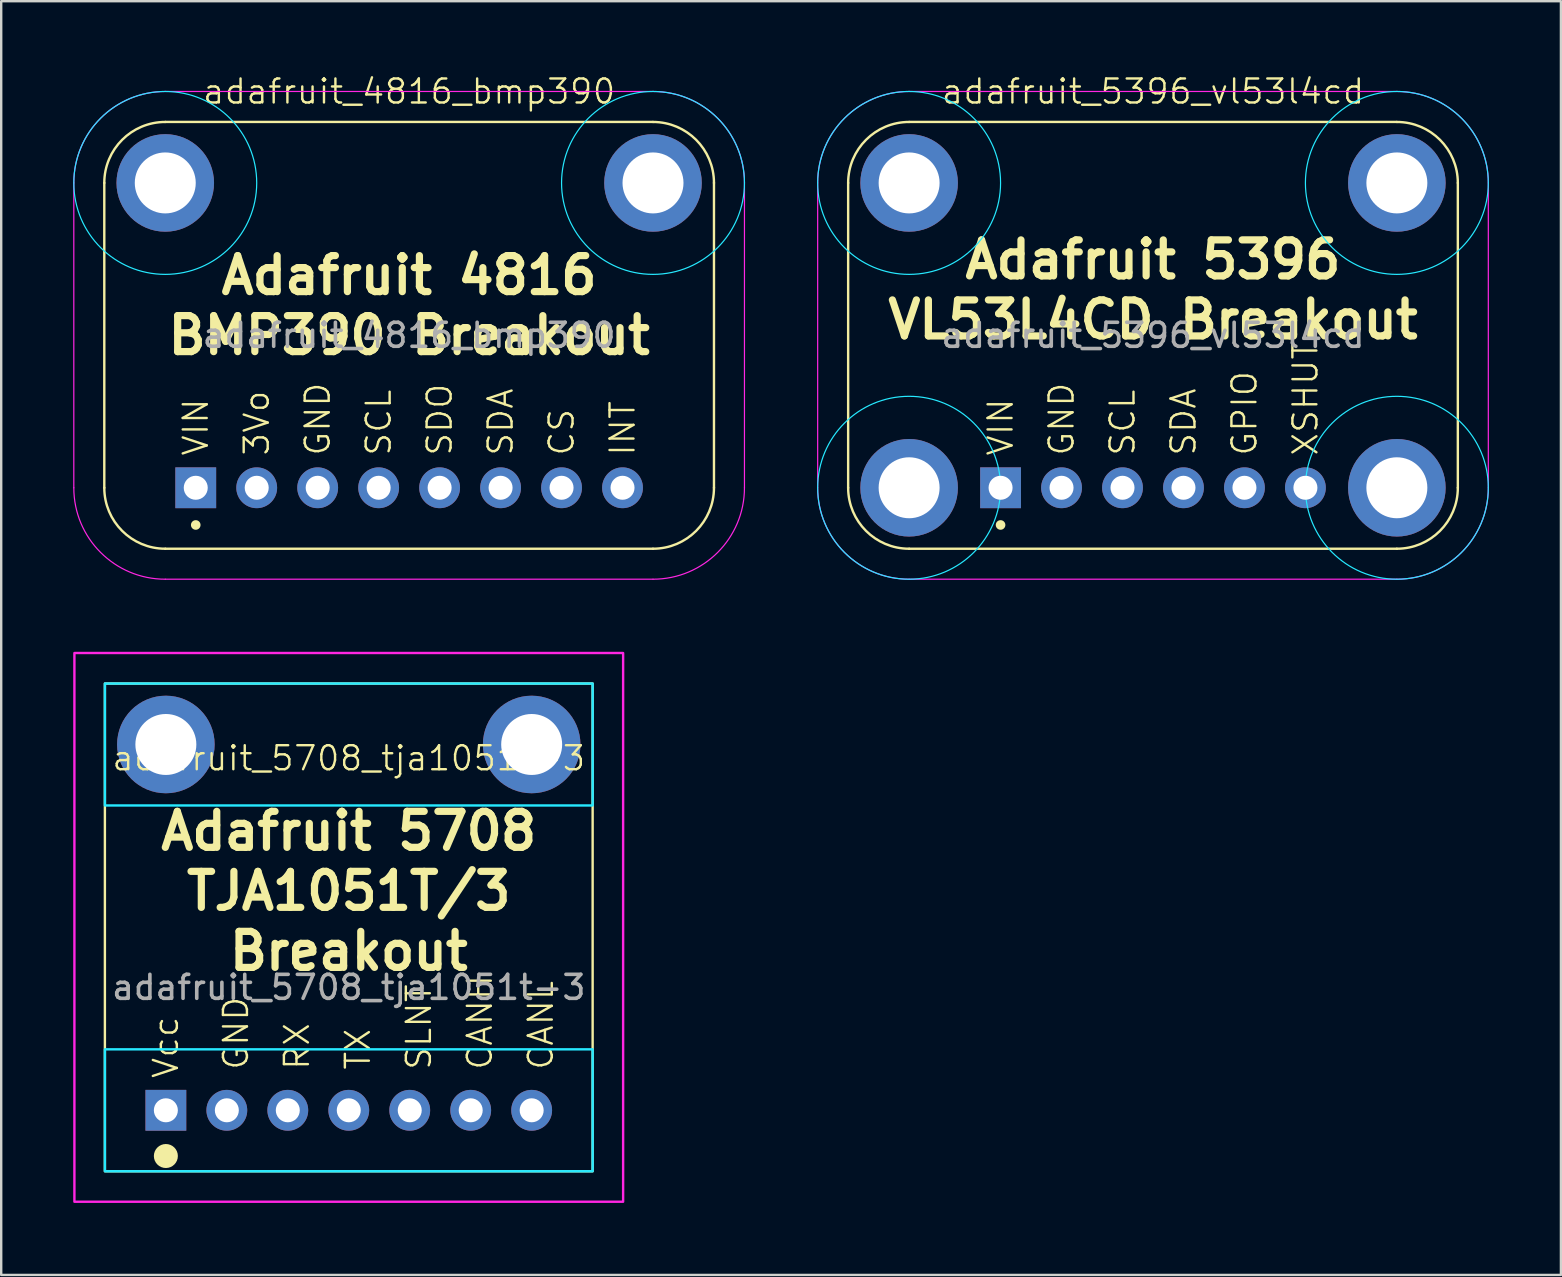
<source format=kicad_pcb>
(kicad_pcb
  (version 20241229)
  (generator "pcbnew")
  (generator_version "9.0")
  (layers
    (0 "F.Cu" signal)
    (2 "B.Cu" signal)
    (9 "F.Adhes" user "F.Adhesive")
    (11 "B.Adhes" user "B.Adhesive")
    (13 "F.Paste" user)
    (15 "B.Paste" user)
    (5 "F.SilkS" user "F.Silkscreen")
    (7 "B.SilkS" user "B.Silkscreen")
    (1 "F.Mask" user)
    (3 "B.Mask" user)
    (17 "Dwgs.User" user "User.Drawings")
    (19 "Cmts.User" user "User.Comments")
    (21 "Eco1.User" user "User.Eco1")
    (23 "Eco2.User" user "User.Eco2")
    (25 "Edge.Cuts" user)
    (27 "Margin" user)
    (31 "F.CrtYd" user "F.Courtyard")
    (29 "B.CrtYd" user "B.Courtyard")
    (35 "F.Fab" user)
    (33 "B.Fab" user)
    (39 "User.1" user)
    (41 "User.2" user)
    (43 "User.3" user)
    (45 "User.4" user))
  (footprint "adafruit_5708_tja1051t-3"
    (layer "F.Cu")
    (at 11.48 35.586)
    (property "Reference" "adafruit_5708_tja1051t-3" (at 0 -7.047 0) (unlocked yes) (layer "F.SilkS") (effects (font (size 1 1) (thickness 0.1))))
    (attr through_hole)
    (fp_rect (start -10.16 -10.16) (end 10.16 10.16) (stroke (width 0.1) (type default)) (fill no) (layer "F.SilkS"))
    (fp_circle (center -7.62 9.525) (end -7.12 9.525) (stroke (width 0) (type solid)) (fill yes) (layer "F.SilkS"))
    (fp_rect (start -10.16 -10.16) (end 10.16 -5.08) (stroke (width 0.1) (type default)) (fill no) (layer "B.CrtYd"))
    (fp_rect (start -10.16 10.16) (end 10.16 5.08) (stroke (width 0.1) (type default)) (fill no) (layer "B.CrtYd"))
    (fp_rect (start -11.43 -11.43) (end 11.43 11.43) (stroke (width 0.1) (type default)) (fill no) (layer "F.CrtYd"))
    (fp_text user "GND" (at -4.7 6 90) (unlocked yes) (layer "F.SilkS") (effects (font (size 1 1) (thickness 0.1)) (justify left)))
    (fp_text user "Adafruit 5708" (at 0 -3.135 0) (unlocked yes) (layer "F.SilkS") (effects (font (size 1.5 1.5) (thickness 0.3) (bold yes)) (justify bottom)))
    (fp_text user "CANH" (at 5.46 6 90) (unlocked yes) (layer "F.SilkS") (effects (font (size 1 1) (thickness 0.1)) (justify left)))
    (fp_text user "TX" (at 0.38 6 90) (unlocked yes) (layer "F.SilkS") (effects (font (size 1 1) (thickness 0.1)) (justify left)))
    (fp_text user "SLNT" (at 2.92 6 90) (unlocked yes) (layer "F.SilkS") (effects (font (size 1 1) (thickness 0.1)) (justify left)))
    (fp_text user "CANL" (at 8 6 90) (unlocked yes) (layer "F.SilkS") (effects (font (size 1 1) (thickness 0.1)) (justify left)))
    (fp_text user "Vcc" (at -7.62 6.35 90) (unlocked yes) (layer "F.SilkS") (effects (font (size 1 1) (thickness 0.1)) (justify left)))
    (fp_text user "TJA1051T/3" (at 0 -0.635 0) (unlocked yes) (layer "F.SilkS") (effects (font (size 1.5 1.5) (thickness 0.3) (bold yes)) (justify bottom)))
    (fp_text user "Breakout" (at 0 1.865 0) (unlocked yes) (layer "F.SilkS") (effects (font (size 1.5 1.5) (thickness 0.3) (bold yes)) (justify bottom)))
    (fp_text user "RX" (at -2.16 6 90) (unlocked yes) (layer "F.SilkS") (effects (font (size 1 1) (thickness 0.1)) (justify left)))
    (fp_text user "${REFERENCE}" (at 0 2.5 0) (unlocked yes) (layer "F.Fab") (effects (font (size 1 1) (thickness 0.15))))
    (pad "#2" thru_hole oval (at -7.62 -7.62 90) (size 4.064 4.064) (drill 2.54) (layers "*.Cu" "*.Mask"))
    (pad "#2" thru_hole oval (at 7.62 -7.62 90) (size 4.064 4.064) (drill 2.54) (layers "*.Cu" "*.Mask"))
    (pad "1" thru_hole rect (at -7.62 7.62 90) (size 1.7 1.7) (drill 1) (layers "*.Cu" "*.Mask"))
    (pad "2" thru_hole oval (at -5.08 7.62 90) (size 1.7 1.7) (drill 1) (layers "*.Cu" "*.Mask"))
    (pad "3" thru_hole oval (at -2.54 7.62 90) (size 1.7 1.7) (drill 1) (layers "*.Cu" "*.Mask"))
    (pad "4" thru_hole oval (at 0 7.62 90) (size 1.7 1.7) (drill 1) (layers "*.Cu" "*.Mask"))
    (pad "5" thru_hole oval (at 2.54 7.62 90) (size 1.7 1.7) (drill 1) (layers "*.Cu" "*.Mask"))
    (pad "6" thru_hole oval (at 5.08 7.62 90) (size 1.7 1.7) (drill 1) (layers "*.Cu" "*.Mask"))
    (pad "7" thru_hole oval (at 7.62 7.62 90) (size 1.7 1.7) (drill 1) (layers "*.Cu" "*.Mask")))
  (footprint "adafruit_5396_vl53l4cd"
    (layer "F.Cu")
    (at 44.985 10.921)
    (property "Reference" "adafruit_5396_vl53l4cd" (at 0 -10.16 0) (unlocked yes) (layer "F.SilkS") (effects (font (size 1 1) (thickness 0.1))))
    (attr through_hole)
    (fp_line (start -12.7 -6.35) (end -12.7 6.35) (stroke (width 0.1) (type default)) (layer "F.SilkS"))
    (fp_line (start 10.16 -8.89) (end -10.16 -8.89) (stroke (width 0.1) (type default)) (layer "F.SilkS"))
    (fp_line (start 10.16 8.89) (end -10.16 8.89) (stroke (width 0.1) (type default)) (layer "F.SilkS"))
    (fp_line (start 12.7 -6.35) (end 12.7 6.35) (stroke (width 0.1) (type default)) (layer "F.SilkS"))
    (fp_arc (start -12.7 -6.35) (mid -11.956051 -8.146051) (end -10.16 -8.89) (stroke (width 0.1) (type default)) (layer "F.SilkS"))
    (fp_arc (start -10.16 8.89) (mid -11.956051 8.146051) (end -12.7 6.35) (stroke (width 0.1) (type default)) (layer "F.SilkS"))
    (fp_arc (start 10.16 -8.89) (mid 11.956051 -8.146051) (end 12.7 -6.35) (stroke (width 0.1) (type default)) (layer "F.SilkS"))
    (fp_arc (start 12.7 6.35) (mid 11.956051 8.146051) (end 10.16 8.89) (stroke (width 0.1) (type default)) (layer "F.SilkS"))
    (fp_circle (center -6.35 7.9) (end -6.15 7.9) (stroke (width 0) (type solid)) (fill yes) (layer "F.SilkS"))
    (fp_circle (center -10.16 6.35) (end -12.854 9.044) (stroke (width 0.05) (type default)) (fill no) (layer "B.CrtYd"))
    (fp_circle (center -10.16 -6.35) (end -12.854 -9.044) (stroke (width 0.05) (type default)) (fill no) (layer "B.CrtYd"))
    (fp_circle (center 10.16 -6.35) (end 12.854 -9.044) (stroke (width 0.05) (type default)) (fill no) (layer "B.CrtYd"))
    (fp_circle (center 10.16 6.35) (end 12.854 9.044) (stroke (width 0.05) (type default)) (fill no) (layer "B.CrtYd"))
    (fp_line (start -13.97 -6.35) (end -13.97 6.35) (stroke (width 0.05) (type default)) (layer "F.CrtYd"))
    (fp_line (start -10.16 -10.16) (end 10.16 -10.16) (stroke (width 0.05) (type default)) (layer "F.CrtYd"))
    (fp_line (start 10.16 10.16) (end -10.16 10.16) (stroke (width 0.05) (type default)) (layer "F.CrtYd"))
    (fp_line (start 13.97 -6.35) (end 13.97 6.35) (stroke (width 0.05) (type default)) (layer "F.CrtYd"))
    (fp_arc (start -13.97 -6.35) (mid -12.854077 -9.044077) (end -10.16 -10.16) (stroke (width 0.05) (type default)) (layer "F.CrtYd"))
    (fp_arc (start -10.16 10.16) (mid -12.854077 9.044077) (end -13.97 6.35) (stroke (width 0.05) (type default)) (layer "F.CrtYd"))
    (fp_arc (start 10.16 -10.16) (mid 12.854077 -9.044077) (end 13.97 -6.35) (stroke (width 0.05) (type default)) (layer "F.CrtYd"))
    (fp_arc (start 13.97 6.35) (mid 12.854077 9.044077) (end 10.16 10.16) (stroke (width 0.05) (type default)) (layer "F.CrtYd"))
    (fp_text user "GPIO" (at 3.81 5.08 90) (unlocked yes) (layer "F.SilkS") (effects (font (size 1 1) (thickness 0.1)) (justify left)))
    (fp_text user "SCL" (at -1.27 5.08 90) (unlocked yes) (layer "F.SilkS") (effects (font (size 1 1) (thickness 0.1)) (justify left)))
    (fp_text user "GND" (at -3.81 5.08 90) (unlocked yes) (layer "F.SilkS") (effects (font (size 1 1) (thickness 0.1)) (justify left)))
    (fp_text user "SDA" (at 1.27 5.08 90) (unlocked yes) (layer "F.SilkS") (effects (font (size 1 1) (thickness 0.1)) (justify left)))
    (fp_text user "XSHUT" (at 6.35 5.08 90) (unlocked yes) (layer "F.SilkS") (effects (font (size 1 1) (thickness 0.1)) (justify left)))
    (fp_text user "VL53L4CD Breakout" (at 0 -0.655 0) (unlocked yes) (layer "F.SilkS") (effects (font (size 1.5 1.5) (thickness 0.3) (bold yes))))
    (fp_text user "VIN" (at -6.35 5.08 90) (unlocked yes) (layer "F.SilkS") (effects (font (size 1 1) (thickness 0.1)) (justify left)))
    (fp_text user "Adafruit 5396" (at 0 -3.155 0) (unlocked yes) (layer "F.SilkS") (effects (font (size 1.5 1.5) (thickness 0.3) (bold yes))))
    (fp_text user "${REFERENCE}" (at 0 0 0) (unlocked yes) (layer "F.Fab") (effects (font (size 1 1) (thickness 0.15))))
    (pad "#2" thru_hole oval (at -10.16 -6.35 90) (size 4.064 4.064) (drill 2.54) (layers "*.Cu" "*.Mask"))
    (pad "#2" thru_hole oval (at -10.16 6.35 90) (size 4.064 4.064) (drill 2.54) (layers "*.Cu" "*.Mask"))
    (pad "#2" thru_hole oval (at 10.16 -6.35 90) (size 4.064 4.064) (drill 2.54) (layers "*.Cu" "*.Mask"))
    (pad "#2" thru_hole oval (at 10.16 6.35 90) (size 4.064 4.064) (drill 2.54) (layers "*.Cu" "*.Mask"))
    (pad "1" thru_hole rect (at -6.35 6.35 90) (size 1.7 1.7) (drill 1) (layers "*.Cu" "*.Mask"))
    (pad "2" thru_hole oval (at -3.81 6.35 90) (size 1.7 1.7) (drill 1) (layers "*.Cu" "*.Mask"))
    (pad "3" thru_hole oval (at -1.27 6.35 90) (size 1.7 1.7) (drill 1) (layers "*.Cu" "*.Mask"))
    (pad "4" thru_hole oval (at 1.27 6.35 90) (size 1.7 1.7) (drill 1) (layers "*.Cu" "*.Mask"))
    (pad "5" thru_hole oval (at 3.81 6.35 90) (size 1.7 1.7) (drill 1) (layers "*.Cu" "*.Mask"))
    (pad "6" thru_hole oval (at 6.35 6.35 90) (size 1.7 1.7) (drill 1) (layers "*.Cu" "*.Mask")))
  (footprint "adafruit_4816_bmp390"
    (layer "F.Cu")
    (at 13.995 10.921)
    (property "Reference" "adafruit_4816_bmp390" (at 0 -10.16 0) (unlocked yes) (layer "F.SilkS") (effects (font (size 1 1) (thickness 0.1))))
    (attr through_hole)
    (fp_line (start -12.7 -6.35) (end -12.7 6.35) (stroke (width 0.1) (type default)) (layer "F.SilkS"))
    (fp_line (start -10.16 -8.89) (end 10.16 -8.89) (stroke (width 0.1) (type default)) (layer "F.SilkS"))
    (fp_line (start -10.16 8.89) (end 10.16 8.89) (stroke (width 0.1) (type default)) (layer "F.SilkS"))
    (fp_line (start 12.7 6.35) (end 12.7 -6.35) (stroke (width 0.1) (type default)) (layer "F.SilkS"))
    (fp_arc (start -12.7 -6.35) (mid -11.956051 -8.146051) (end -10.16 -8.89) (stroke (width 0.1) (type default)) (layer "F.SilkS"))
    (fp_arc (start -10.16 8.89) (mid -11.956051 8.146051) (end -12.7 6.35) (stroke (width 0.1) (type default)) (layer "F.SilkS"))
    (fp_arc (start 10.16 -8.89) (mid 11.956051 -8.146051) (end 12.7 -6.35) (stroke (width 0.1) (type default)) (layer "F.SilkS"))
    (fp_arc (start 12.7 6.35) (mid 11.956051 8.146051) (end 10.16 8.89) (stroke (width 0.1) (type default)) (layer "F.SilkS"))
    (fp_circle (center -8.89 7.9) (end -8.69 7.9) (stroke (width 0) (type solid)) (fill yes) (layer "F.SilkS"))
    (fp_circle (center -10.16 -6.35) (end -12.854 -9.044) (stroke (width 0.05) (type default)) (fill no) (layer "B.CrtYd"))
    (fp_circle (center 10.16 -6.35) (end 12.854 -9.044) (stroke (width 0.05) (type default)) (fill no) (layer "B.CrtYd"))
    (fp_line (start -13.97 6.35) (end -13.97 -6.35) (stroke (width 0.05) (type default)) (layer "F.CrtYd"))
    (fp_line (start -10.16 -10.16) (end 10.16 -10.16) (stroke (width 0.05) (type default)) (layer "F.CrtYd"))
    (fp_line (start 10.16 10.16) (end -10.16 10.16) (stroke (width 0.05) (type default)) (layer "F.CrtYd"))
    (fp_line (start 13.97 -6.35) (end 13.97 6.35) (stroke (width 0.05) (type default)) (layer "F.CrtYd"))
    (fp_arc (start -13.97 -6.35) (mid -12.854077 -9.044077) (end -10.16 -10.16) (stroke (width 0.05) (type default)) (layer "F.CrtYd"))
    (fp_arc (start -10.16 10.16) (mid -12.854077 9.044077) (end -13.97 6.35) (stroke (width 0.05) (type default)) (layer "F.CrtYd"))
    (fp_arc (start 10.16 -10.16) (mid 12.854077 -9.044077) (end 13.97 -6.35) (stroke (width 0.05) (type default)) (layer "F.CrtYd"))
    (fp_arc (start 13.97 6.35) (mid 12.854077 9.044077) (end 10.16 10.16) (stroke (width 0.05) (type default)) (layer "F.CrtYd"))
    (fp_text user "SDA" (at 3.81 5.08 90) (unlocked yes) (layer "F.SilkS") (effects (font (size 1 1) (thickness 0.1)) (justify left)))
    (fp_text user "GND" (at -3.81 5.08 90) (unlocked yes) (layer "F.SilkS") (effects (font (size 1 1) (thickness 0.1)) (justify left)))
    (fp_text user "VIN" (at -8.89 5.08 90) (unlocked yes) (layer "F.SilkS") (effects (font (size 1 1) (thickness 0.1)) (justify left)))
    (fp_text user "INT" (at 8.89 5.08 90) (unlocked yes) (layer "F.SilkS") (effects (font (size 1 1) (thickness 0.1)) (justify left)))
    (fp_text user "CS" (at 6.35 5.08 90) (unlocked yes) (layer "F.SilkS") (effects (font (size 1 1) (thickness 0.1)) (justify left)))
    (fp_text user "SDO" (at 1.27 5.08 90) (unlocked yes) (layer "F.SilkS") (effects (font (size 1 1) (thickness 0.1)) (justify left)))
    (fp_text user "Adafruit 4816" (at 0 -2.5 0) (unlocked yes) (layer "F.SilkS") (effects (font (size 1.5 1.5) (thickness 0.3) (bold yes))))
    (fp_text user "3Vo" (at -6.35 5.08 90) (unlocked yes) (layer "F.SilkS") (effects (font (size 1 1) (thickness 0.1)) (justify left)))
    (fp_text user "SCL" (at -1.27 5.08 90) (unlocked yes) (layer "F.SilkS") (effects (font (size 1 1) (thickness 0.1)) (justify left)))
    (fp_text user "BMP390 Breakout" (at 0 0 0) (unlocked yes) (layer "F.SilkS") (effects (font (size 1.5 1.5) (thickness 0.3) (bold yes))))
    (fp_text user "${REFERENCE}" (at 0 0 0) (unlocked yes) (layer "F.Fab") (effects (font (size 1 1) (thickness 0.15))))
    (pad "#2" thru_hole oval (at -10.16 -6.35 90) (size 4.064 4.064) (drill 2.54) (layers "*.Cu" "*.Mask"))
    (pad "#2" thru_hole oval (at 10.16 -6.35 90) (size 4.064 4.064) (drill 2.54) (layers "*.Cu" "*.Mask"))
    (pad "1" thru_hole rect (at -8.89 6.35 90) (size 1.7 1.7) (drill 1) (layers "*.Cu" "*.Mask"))
    (pad "2" thru_hole oval (at -6.35 6.35 90) (size 1.7 1.7) (drill 1) (layers "*.Cu" "*.Mask"))
    (pad "3" thru_hole oval (at -3.81 6.35 90) (size 1.7 1.7) (drill 1) (layers "*.Cu" "*.Mask"))
    (pad "4" thru_hole oval (at -1.27 6.35 90) (size 1.7 1.7) (drill 1) (layers "*.Cu" "*.Mask"))
    (pad "5" thru_hole oval (at 1.27 6.35 90) (size 1.7 1.7) (drill 1) (layers "*.Cu" "*.Mask"))
    (pad "6" thru_hole oval (at 3.81 6.35 90) (size 1.7 1.7) (drill 1) (layers "*.Cu" "*.Mask"))
    (pad "7" thru_hole oval (at 6.35 6.35 90) (size 1.7 1.7) (drill 1) (layers "*.Cu" "*.Mask"))
    (pad "8" thru_hole oval (at 8.89 6.35 90) (size 1.7 1.7) (drill 1) (layers "*.Cu" "*.Mask")))
  (gr_rect
    (start -3 -3)
    (end 61.98 50.066)
    (stroke (width 0.1) (type default))
    (fill no)
    (layer "Edge.Cuts")))
</source>
